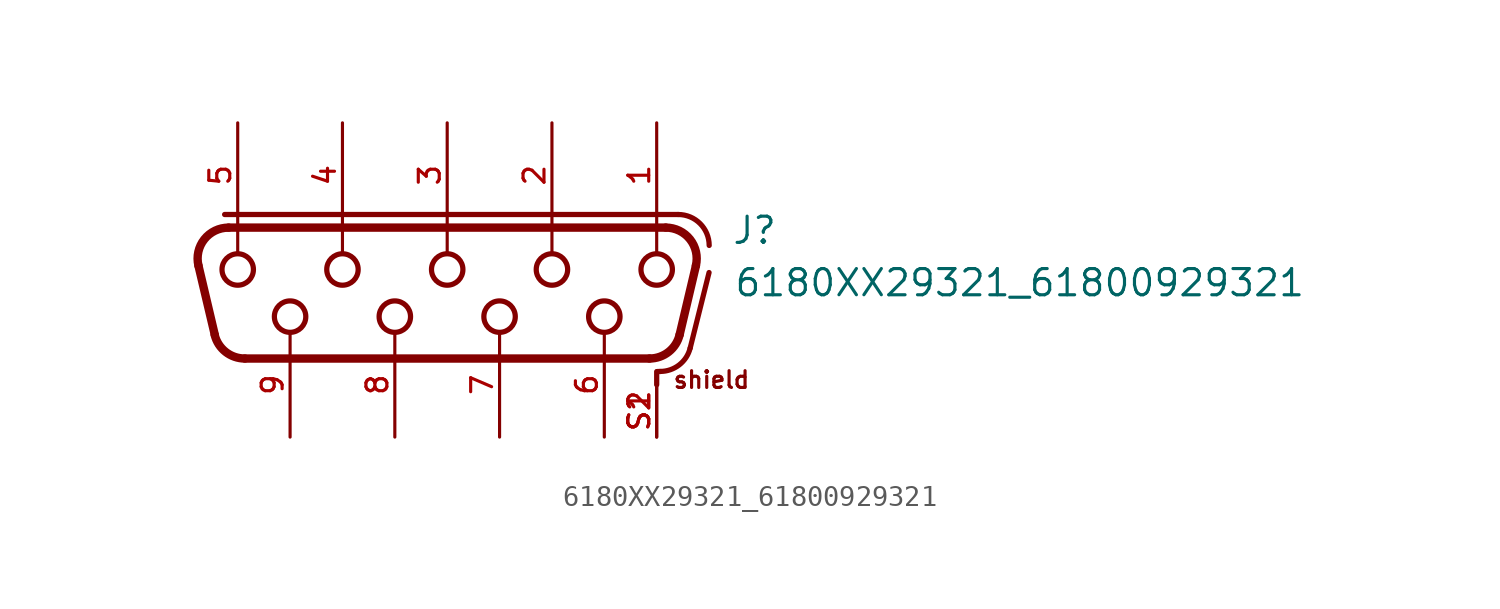
<source format=kicad_sym>
(kicad_symbol_lib
  (version 20211014)
  (generator kicad_symbol_editor)
  (symbol "6180XX29321_61800929321"
    (pin_names
      (offset 1.016))
    (property "Reference" "J"
      (at 13.78 1.66 0)
      (effects (font (size 1.27 1.27)) (justify bottom left)))
    (property "Value" "6180XX29321_61800929321"
      (at 13.88 -0.88 0)
      (effects (font (size 1.27 1.27)) (justify bottom left)))
    (symbol "6180XX29321_61800929321_0_0"
      (polyline (pts (xy -10.604 2.54) (xy 10.604 2.54)) (stroke (width 0.406)))
      (arc (start 12.0642125 0.695165625) (mid 11.7783 1.9738) (end 10.6043875 2.54) (stroke (width 0.4064) (type default) (color 0 0 0 0)) (fill (type none)))
      (polyline (pts (xy 12.064 0.695) (xy 11.273 -2.655)) (stroke (width 0.406)))
      (arc (start 9.81305 -3.81) (mid 10.7408 -3.4886) (end 11.272871875 -2.65484375) (stroke (width 0.4064) (type default) (color 0 0 0 0)) (fill (type none)))
      (polyline (pts (xy 9.813 -3.81) (xy -9.813 -3.81)) (stroke (width 0.406)))
      (arc (start -12.0642125 0.695165625) (mid -11.7783 1.9738) (end -10.6043875 2.54) (stroke (width 0.4064) (type default) (color 0 0 0 0)) (fill (type none)))
      (arc (start -11.272871875 -2.65484375) (mid -10.7468 -3.4839) (end -9.81305 -3.81) (stroke (width 0.4064) (type default) (color 0 0 0 0)) (fill (type none)))
      (polyline (pts (xy -11.273 -2.655) (xy -12.064 0.695)) (stroke (width 0.406)))
      (polyline (pts (xy -10.795 3.175) (xy 11.2 3.175)) (stroke (width 0.254)))
      (arc (start 12.7 1.675) (mid 12.2607 2.7357) (end 11.2 3.175) (stroke (width 0.254) (type default) (color 0 0 0 0)) (fill (type none)))
      (polyline (pts (xy 10.16 -4.445) (xy 10.16 -5.08)) (stroke (width 0.254)))
      (polyline (pts (xy 10.2 -4.44) (xy 10.329 -4.44)) (stroke (width 0.254)))
      (arc (start 11.78405 -3.3038) (mid 11.2523 -4.122) (end 10.328834375 -4.44) (stroke (width 0.254) (type default) (color 0 0 0 0)) (fill (type none)))
      (polyline (pts (xy 11.784 -3.304) (xy 12.7 0.36)) (stroke (width 0.254)))
      (polyline (pts (xy -10.16 2.58) (xy -10.16 1.3)) (stroke (width 0.152)))
      (polyline (pts (xy -5.08 2.58) (xy -5.08 1.3)) (stroke (width 0.152)))
      (polyline (pts (xy 0.0 2.58) (xy 0.0 1.3)) (stroke (width 0.152)))
      (polyline (pts (xy 5.08 2.58) (xy 5.08 1.3)) (stroke (width 0.152)))
      (polyline (pts (xy 10.16 2.58) (xy 10.16 1.3)) (stroke (width 0.152)))
      (text "shield" (at 10.9 -5.32 0) (effects (font (size 0.813 0.813)) (justify bottom left)))
      (circle (center 10.16 0.508) (radius 0.762) (stroke (width 0.254)) (fill (type none)))
      (circle (center 5.08 0.508) (radius 0.762) (stroke (width 0.254)) (fill (type none)))
      (circle (center 0.0 0.508) (radius 0.762) (stroke (width 0.254)) (fill (type none)))
      (circle (center -5.08 0.508) (radius 0.762) (stroke (width 0.254)) (fill (type none)))
      (circle (center -10.16 0.508) (radius 0.762) (stroke (width 0.254)) (fill (type none)))
      (circle (center 7.62 -1.778) (radius 0.762) (stroke (width 0.254)) (fill (type none)))
      (circle (center 2.54 -1.778) (radius 0.762) (stroke (width 0.254)) (fill (type none)))
      (circle (center -2.54 -1.778) (radius 0.762) (stroke (width 0.254)) (fill (type none)))
      (circle (center -7.62 -1.778) (radius 0.762) (stroke (width 0.254)) (fill (type none)))
      (pin bidirectional line (at 10.16 7.62 270.0) (length 5.08) (name "~" (effects (font (size 1.016 1.016)))) (number "1" (effects (font (size 1.016 1.016)))))
      (pin bidirectional line (at 5.08 7.62 270.0) (length 5.08) (name "~" (effects (font (size 1.016 1.016)))) (number "2" (effects (font (size 1.016 1.016)))))
      (pin bidirectional line (at 0.0 7.62 270.0) (length 5.08) (name "~" (effects (font (size 1.016 1.016)))) (number "3" (effects (font (size 1.016 1.016)))))
      (pin bidirectional line (at -5.08 7.62 270.0) (length 5.08) (name "~" (effects (font (size 1.016 1.016)))) (number "4" (effects (font (size 1.016 1.016)))))
      (pin bidirectional line (at -10.16 7.62 270.0) (length 5.08) (name "~" (effects (font (size 1.016 1.016)))) (number "5" (effects (font (size 1.016 1.016)))))
      (pin bidirectional line (at 7.62 -7.62 90.0) (length 5.08) (name "~" (effects (font (size 1.016 1.016)))) (number "6" (effects (font (size 1.016 1.016)))))
      (pin bidirectional line (at 2.54 -7.62 90.0) (length 5.08) (name "~" (effects (font (size 1.016 1.016)))) (number "7" (effects (font (size 1.016 1.016)))))
      (pin bidirectional line (at -2.54 -7.62 90.0) (length 5.08) (name "~" (effects (font (size 1.016 1.016)))) (number "8" (effects (font (size 1.016 1.016)))))
      (pin bidirectional line (at -7.62 -7.62 90.0) (length 5.08) (name "~" (effects (font (size 1.016 1.016)))) (number "9" (effects (font (size 1.016 1.016)))))
      (pin bidirectional line (at 10.16 -7.62 90.0) (length 2.54) (name "~" (effects (font (size 1.016 1.016)))) (number "S1" (effects (font (size 1.016 1.016)))))
      (pin bidirectional line (at 10.16 -7.62 90.0) (length 2.54) (name "~" (effects (font (size 1.016 1.016)))) (number "S2" (effects (font (size 1.016 1.016))))))))
</source>
